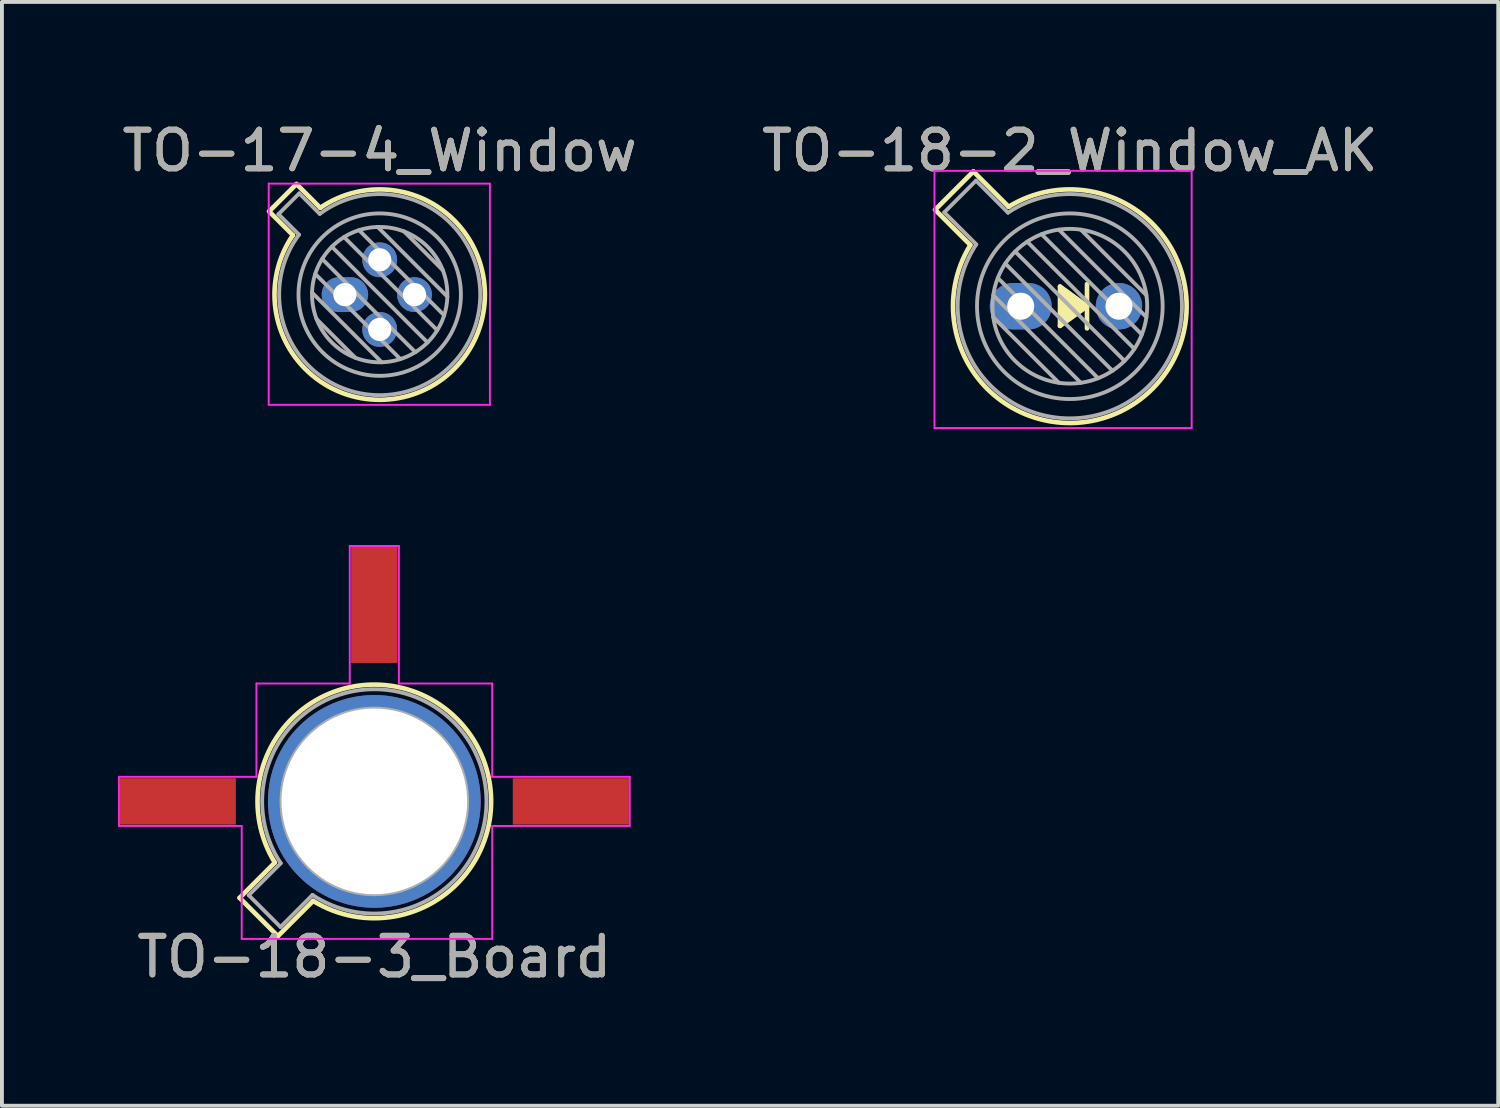
<source format=kicad_pcb>
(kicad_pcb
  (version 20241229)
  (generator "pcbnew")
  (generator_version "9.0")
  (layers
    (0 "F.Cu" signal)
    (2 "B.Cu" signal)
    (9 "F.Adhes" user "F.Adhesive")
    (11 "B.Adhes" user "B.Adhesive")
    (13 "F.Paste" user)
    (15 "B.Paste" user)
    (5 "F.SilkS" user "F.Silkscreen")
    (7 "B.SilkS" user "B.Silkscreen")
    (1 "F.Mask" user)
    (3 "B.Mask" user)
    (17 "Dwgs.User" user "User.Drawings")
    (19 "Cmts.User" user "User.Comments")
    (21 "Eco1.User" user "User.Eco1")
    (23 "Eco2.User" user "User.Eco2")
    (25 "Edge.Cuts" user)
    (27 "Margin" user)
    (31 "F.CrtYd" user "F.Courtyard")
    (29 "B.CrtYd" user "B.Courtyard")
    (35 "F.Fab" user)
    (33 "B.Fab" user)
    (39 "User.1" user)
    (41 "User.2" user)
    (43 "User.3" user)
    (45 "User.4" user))
  (footprint "TO-18-3_Board"
    (layer "F.Cu")
    (at 5.359 17.672)
    (property "Reference" "TO-18-3_Board" (at 1.27 4.02 0) (layer "F.SilkS") (effects (font (size 1 1) (thickness 0.15))))
    (attr through_hole)
    (fp_line (start -2.214 2.494) (end -1.302 1.582) (stroke (width 0.12) (type solid)) (layer "F.SilkS"))
    (fp_line (start -1.224 3.484) (end -2.214 2.494) (stroke (width 0.12) (type solid)) (layer "F.SilkS"))
    (fp_line (start -0.312 2.572) (end -1.224 3.484) (stroke (width 0.12) (type solid)) (layer "F.SilkS"))
    (fp_arc (start -1.30215 1.582544) (mid 3.405374 -2.135551) (end -0.312331 2.572281) (stroke (width 0.12) (type solid)) (layer "F.SilkS"))
    (fp_line (start -5.334 -0.635) (end -5.334 0.635) (stroke (width 0.05) (type solid)) (layer "F.CrtYd"))
    (fp_line (start -5.334 0.635) (end -2.159 0.635) (stroke (width 0.05) (type solid)) (layer "F.CrtYd"))
    (fp_line (start -2.159 0.635) (end -2.159 3.556) (stroke (width 0.05) (type solid)) (layer "F.CrtYd"))
    (fp_line (start -2.159 3.556) (end -2.032 3.556) (stroke (width 0.05) (type solid)) (layer "F.CrtYd"))
    (fp_line (start -2.032 3.556) (end 4.318 3.556) (stroke (width 0.05) (type solid)) (layer "F.CrtYd"))
    (fp_line (start -1.778 -3.048) (end -1.778 -0.635) (stroke (width 0.05) (type solid)) (layer "F.CrtYd"))
    (fp_line (start -1.778 -0.635) (end -5.334 -0.635) (stroke (width 0.05) (type solid)) (layer "F.CrtYd"))
    (fp_line (start 0.635 -6.604) (end 0.635 -3.048) (stroke (width 0.05) (type solid)) (layer "F.CrtYd"))
    (fp_line (start 0.635 -3.048) (end -1.778 -3.048) (stroke (width 0.05) (type solid)) (layer "F.CrtYd"))
    (fp_line (start 1.905 -6.604) (end 0.635 -6.604) (stroke (width 0.05) (type solid)) (layer "F.CrtYd"))
    (fp_line (start 1.905 -3.048) (end 1.905 -6.604) (stroke (width 0.05) (type solid)) (layer "F.CrtYd"))
    (fp_line (start 4.318 -3.048) (end 1.905 -3.048) (stroke (width 0.05) (type solid)) (layer "F.CrtYd"))
    (fp_line (start 4.318 -0.635) (end 4.318 -3.048) (stroke (width 0.05) (type solid)) (layer "F.CrtYd"))
    (fp_line (start 4.318 0.635) (end 7.874 0.635) (stroke (width 0.05) (type solid)) (layer "F.CrtYd"))
    (fp_line (start 4.318 3.556) (end 4.318 0.635) (stroke (width 0.05) (type solid)) (layer "F.CrtYd"))
    (fp_line (start 7.874 -0.635) (end 4.318 -0.635) (stroke (width 0.05) (type solid)) (layer "F.CrtYd"))
    (fp_line (start 7.874 0.635) (end 7.874 -0.635) (stroke (width 0.05) (type solid)) (layer "F.CrtYd"))
    (fp_line (start -1.977 2.426) (end -1.149 1.599) (stroke (width 0.1) (type solid)) (layer "F.Fab"))
    (fp_line (start -1.156 3.247) (end -1.977 2.426) (stroke (width 0.1) (type solid)) (layer "F.Fab"))
    (fp_line (start -0.329 2.419) (end -1.156 3.247) (stroke (width 0.1) (type solid)) (layer "F.Fab"))
    (fp_arc (start -1.150029 1.597956) (mid 3.321077 -2.050143) (end -0.329057 2.419301) (stroke (width 0.1) (type solid)) (layer "F.Fab"))
    (fp_circle (center 1.27 0) (end 3.67 0) (stroke (width 0.1) (type solid)) (fill no) (layer "F.Fab"))
    (fp_text user "${REFERENCE}" (at 1.27 4.02 0) (layer "F.Fab") (effects (font (size 1 1) (thickness 0.15))))
    (pad "1" smd rect (at -3.81 0) (size 3 1.2) (layers "F.Cu" "F.Mask" "F.Paste"))
    (pad "2" smd rect (at 1.27 -5.08) (size 1.2 3) (layers "F.Cu" "F.Mask" "F.Paste"))
    (pad "3" smd rect (at 6.35 0) (size 3 1.2) (layers "F.Cu" "F.Mask" "F.Paste"))
    (pad "4" thru_hole circle (at 1.27 0) (size 5.5 5.5) (drill 4.8) (layers "*.Cu" "*.Mask")))
  (footprint "TO-17-4_Window"
    (layer "F.Cu")
    (at 5.868 4.568)
    (property "Reference" "TO-17-4_Window" (at 0.9 -3.72 0) (layer "F.SilkS") (effects (font (size 1 1) (thickness 0.15))))
    (attr through_hole)
    (fp_line (start -1.959 -2.152) (end -1.344 -1.537) (stroke (width 0.12) (type solid)) (layer "F.SilkS"))
    (fp_line (start -1.252 -2.859) (end -1.959 -2.152) (stroke (width 0.12) (type solid)) (layer "F.SilkS"))
    (fp_line (start -0.637 -2.244) (end -1.252 -2.859) (stroke (width 0.12) (type solid)) (layer "F.SilkS"))
    (fp_arc (start -0.637002 -2.244109) (mid 2.82358 1.923081) (end -1.344508 -1.536419) (stroke (width 0.12) (type solid)) (layer "F.SilkS"))
    (fp_line (start -1.97 -2.87) (end -1.97 2.85) (stroke (width 0.05) (type solid)) (layer "F.CrtYd"))
    (fp_line (start -1.97 2.85) (end 3.75 2.85) (stroke (width 0.05) (type solid)) (layer "F.CrtYd"))
    (fp_line (start 3.75 -2.87) (end -1.97 -2.87) (stroke (width 0.05) (type solid)) (layer "F.CrtYd"))
    (fp_line (start 3.75 2.85) (end 3.75 -2.87) (stroke (width 0.05) (type solid)) (layer "F.CrtYd"))
    (fp_line (start -1.718 -2.08) (end -1.187 -1.55) (stroke (width 0.1) (type solid)) (layer "F.Fab"))
    (fp_line (start -1.18 -2.618) (end -1.718 -2.08) (stroke (width 0.1) (type solid)) (layer "F.Fab"))
    (fp_line (start -0.85 -0.053) (end 0.953 1.75) (stroke (width 0.1) (type solid)) (layer "F.Fab"))
    (fp_line (start -0.767 -0.535) (end 1.435 1.667) (stroke (width 0.1) (type solid)) (layer "F.Fab"))
    (fp_line (start -0.733 0.631) (end 0.269 1.633) (stroke (width 0.1) (type solid)) (layer "F.Fab"))
    (fp_line (start -0.65 -2.087) (end -1.18 -2.618) (stroke (width 0.1) (type solid)) (layer "F.Fab"))
    (fp_line (start -0.588 -0.922) (end 1.822 1.488) (stroke (width 0.1) (type solid)) (layer "F.Fab"))
    (fp_line (start -0.338 -1.238) (end 2.138 1.238) (stroke (width 0.1) (type solid)) (layer "F.Fab"))
    (fp_line (start -0.022 -1.488) (end 2.388 0.922) (stroke (width 0.1) (type solid)) (layer "F.Fab"))
    (fp_line (start 0.365 -1.667) (end 2.567 0.535) (stroke (width 0.1) (type solid)) (layer "F.Fab"))
    (fp_line (start 0.847 -1.75) (end 2.65 0.053) (stroke (width 0.1) (type solid)) (layer "F.Fab"))
    (fp_line (start 1.531 -1.633) (end 2.533 -0.631) (stroke (width 0.1) (type solid)) (layer "F.Fab"))
    (fp_arc (start -0.650035 -2.087436) (mid 2.738346 1.838609) (end -1.187214 -1.550334) (stroke (width 0.1) (type solid)) (layer "F.Fab"))
    (fp_circle (center 0.9 0) (end 2.65 0) (stroke (width 0.1) (type solid)) (fill no) (layer "F.Fab"))
    (fp_circle (center 0.9 0) (end 3 0) (stroke (width 0.1) (type solid)) (fill no) (layer "F.Fab"))
    (fp_text user "${REFERENCE}" (at 0.9 -3.72 0) (layer "F.Fab") (effects (font (size 1 1) (thickness 0.15))))
    (pad "1" thru_hole oval (at 0 0) (size 1.2 0.9) (drill 0.6) (layers "*.Cu" "*.Mask"))
    (pad "2" thru_hole oval (at 0.9 0.9) (size 0.9 0.9) (drill 0.6) (layers "*.Cu" "*.Mask"))
    (pad "3" thru_hole oval (at 1.8 0) (size 0.9 0.9) (drill 0.6) (layers "*.Cu" "*.Mask"))
    (pad "4" thru_hole oval (at 0.9 -0.9) (size 0.9 0.9) (drill 0.6) (layers "*.Cu" "*.Mask")))
  (footprint "TO-18-2_Window_AK"
    (layer "F.Cu")
    (at 23.343 4.868)
    (property "Reference" "TO-18-2_Window_AK" (at 1.27 -4.02 0) (layer "F.SilkS") (effects (font (size 1 1) (thickness 0.15))))
    (attr through_hole)
    (fp_line (start -2.214 -2.494) (end -1.302 -1.582) (stroke (width 0.12) (type solid)) (layer "F.SilkS"))
    (fp_line (start -1.224 -3.484) (end -2.214 -2.494) (stroke (width 0.12) (type solid)) (layer "F.SilkS"))
    (fp_line (start -0.312 -2.572) (end -1.224 -3.484) (stroke (width 0.12) (type solid)) (layer "F.SilkS"))
    (fp_line (start 1.016 -0.508) (end 1.714 0) (stroke (width 0.12) (type solid)) (layer "F.SilkS"))
    (fp_line (start 1.016 0.508) (end 1.016 -0.508) (stroke (width 0.12) (type solid)) (layer "F.SilkS"))
    (fp_line (start 1.714 -0.572) (end 1.714 0.572) (stroke (width 0.12) (type solid)) (layer "F.SilkS"))
    (fp_line (start 1.714 0) (end 1.016 0.508) (stroke (width 0.12) (type solid)) (layer "F.SilkS"))
    (fp_arc (start -0.312331 -2.572281) (mid 3.405374 2.135551) (end -1.30215 -1.582544) (stroke (width 0.12) (type solid)) (layer "F.SilkS"))
    (fp_poly (pts (xy 1.714 0) (xy 1.016 0.508) (xy 1.016 -0.508)) (stroke (width 0.1) (type solid)) (fill yes) (layer "F.SilkS"))
    (fp_line (start -2.23 -3.5) (end -2.23 3.15) (stroke (width 0.05) (type solid)) (layer "F.CrtYd"))
    (fp_line (start -2.23 3.15) (end 4.42 3.15) (stroke (width 0.05) (type solid)) (layer "F.CrtYd"))
    (fp_line (start 4.42 -3.5) (end -2.23 -3.5) (stroke (width 0.05) (type solid)) (layer "F.CrtYd"))
    (fp_line (start 4.42 3.15) (end 4.42 -3.5) (stroke (width 0.05) (type solid)) (layer "F.CrtYd"))
    (fp_line (start -1.977 -2.426) (end -1.149 -1.599) (stroke (width 0.1) (type solid)) (layer "F.Fab"))
    (fp_line (start -1.156 -3.247) (end -1.977 -2.426) (stroke (width 0.1) (type solid)) (layer "F.Fab"))
    (fp_line (start -0.71 -0.283) (end 1.553 1.98) (stroke (width 0.1) (type solid)) (layer "F.Fab"))
    (fp_line (start -0.71 0.283) (end 0.987 1.98) (stroke (width 0.1) (type solid)) (layer "F.Fab"))
    (fp_line (start -0.592 -0.731) (end 2.001 1.862) (stroke (width 0.1) (type solid)) (layer "F.Fab"))
    (fp_line (start -0.399 -1.103) (end 2.373 1.669) (stroke (width 0.1) (type solid)) (layer "F.Fab"))
    (fp_line (start -0.329 -2.419) (end -1.156 -3.247) (stroke (width 0.1) (type solid)) (layer "F.Fab"))
    (fp_line (start -0.145 -1.415) (end 2.685 1.415) (stroke (width 0.1) (type solid)) (layer "F.Fab"))
    (fp_line (start 0.167 -1.669) (end 2.939 1.103) (stroke (width 0.1) (type solid)) (layer "F.Fab"))
    (fp_line (start 0.539 -1.862) (end 3.132 0.731) (stroke (width 0.1) (type solid)) (layer "F.Fab"))
    (fp_line (start 0.987 -1.98) (end 3.25 0.283) (stroke (width 0.1) (type solid)) (layer "F.Fab"))
    (fp_line (start 1.553 -1.98) (end 3.25 -0.283) (stroke (width 0.1) (type solid)) (layer "F.Fab"))
    (fp_arc (start -0.329057 -2.419301) (mid 3.321076 2.050143) (end -1.150029 -1.597956) (stroke (width 0.1) (type solid)) (layer "F.Fab"))
    (fp_circle (center 1.27 0) (end 3.27 0) (stroke (width 0.1) (type solid)) (fill no) (layer "F.Fab"))
    (fp_circle (center 1.27 0) (end 3.67 0) (stroke (width 0.1) (type solid)) (fill no) (layer "F.Fab"))
    (fp_text user "${REFERENCE}" (at 1.27 -4.02 0) (layer "F.Fab") (effects (font (size 1 1) (thickness 0.15))))
    (pad "1" thru_hole oval (at 0 0) (size 1.6 1.2) (drill 0.7) (layers "*.Cu" "*.Mask"))
    (pad "2" thru_hole oval (at 2.54 0) (size 1.2 1.2) (drill 0.7) (layers "*.Cu" "*.Mask")))
  (gr_rect
    (start -3 -3)
    (end 35.69 25.541)
    (stroke (width 0.1) (type default))
    (fill no)
    (layer "Edge.Cuts")))
</source>
